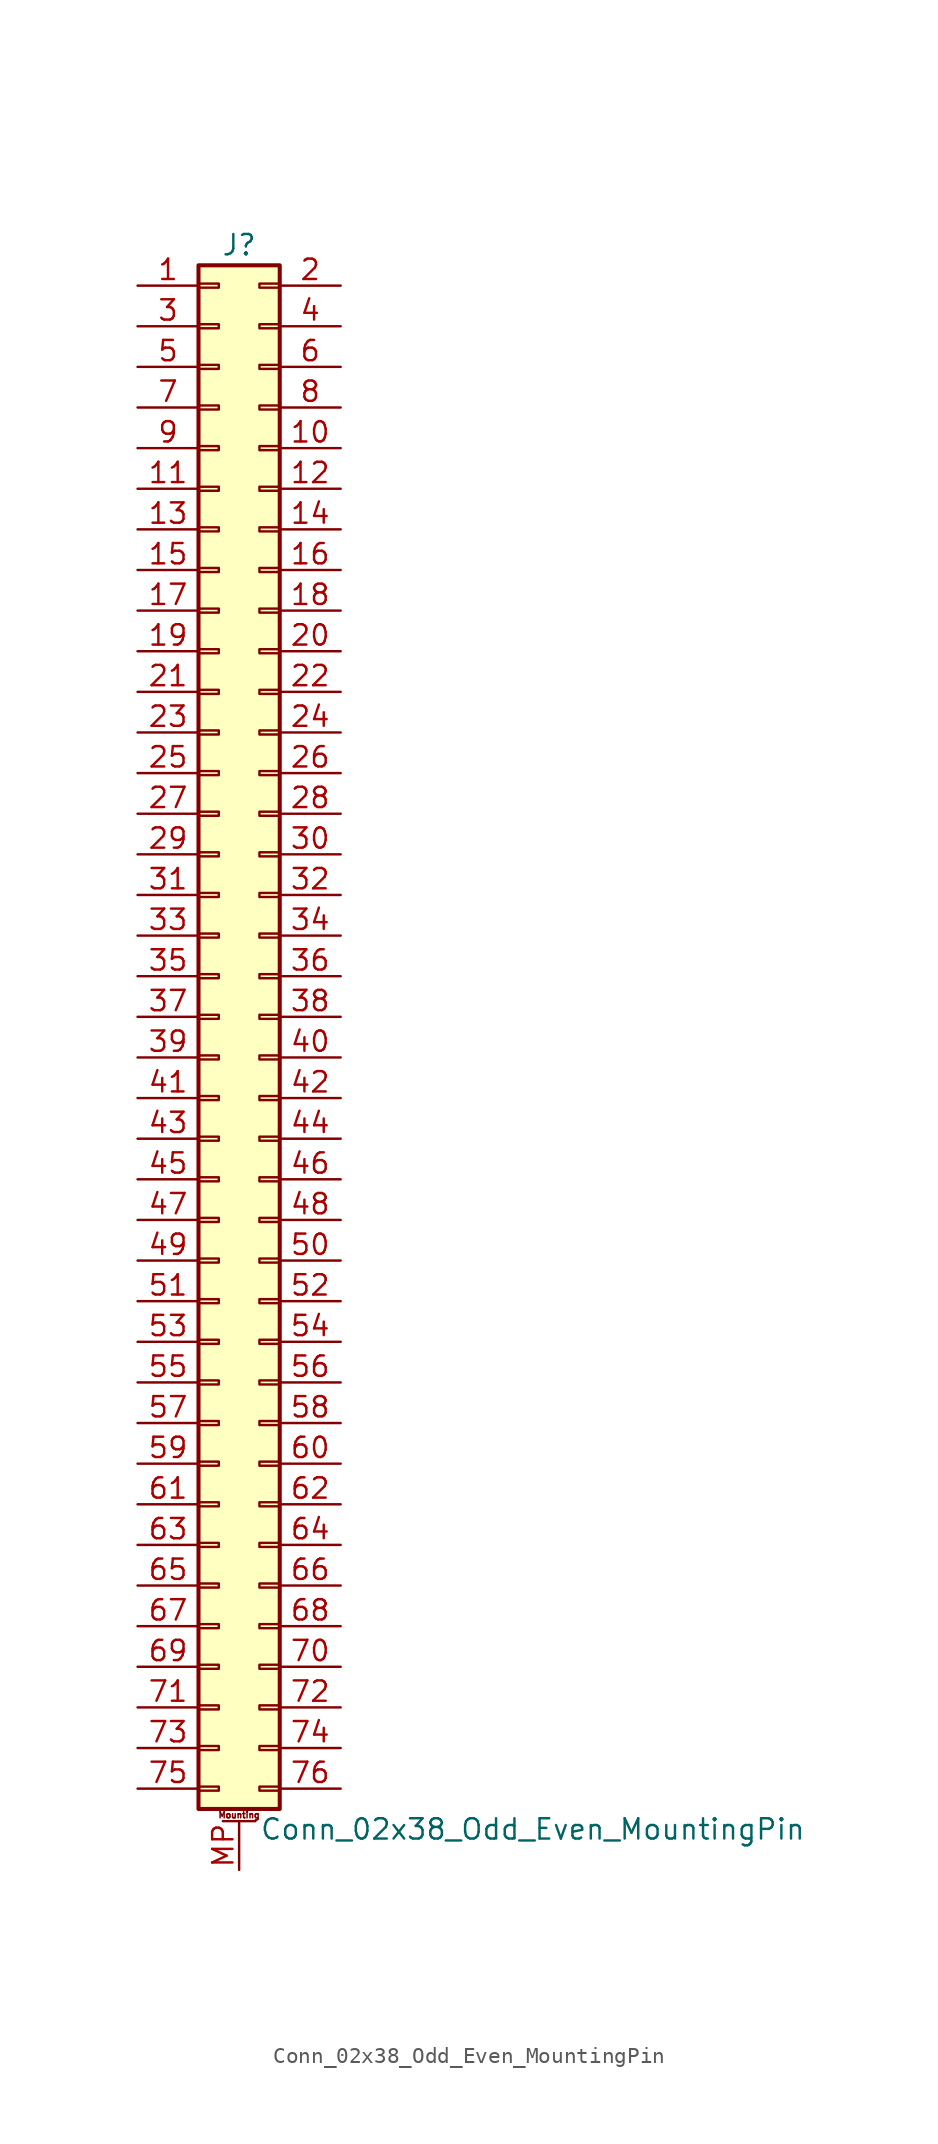
<source format=kicad_sym>
(kicad_symbol_lib
  (version 20220914)
  (generator kicad_symbol_editor)
  (symbol "Conn_02x38_Odd_Even_MountingPin"
    (pin_names
      (offset 1.016) hide)
    (property "Reference" "J"
      (at 1.27 48.26 0)
      (effects (font (size 1.27 1.27))))
    (property "Value" "Conn_02x38_Odd_Even_MountingPin"
      (at 2.54 -50.8 0)
      (effects (font (size 1.27 1.27)) (justify left)))
    (symbol "Conn_02x38_Odd_Even_MountingPin_1_1"
      (rectangle (start -1.27 -48.133) (end 0 -48.387) (stroke (width 0.152) (type default)) (fill (type none)))
      (rectangle (start -1.27 -45.593) (end 0 -45.847) (stroke (width 0.152) (type default)) (fill (type none)))
      (rectangle (start -1.27 -43.053) (end 0 -43.307) (stroke (width 0.152) (type default)) (fill (type none)))
      (rectangle (start -1.27 -40.513) (end 0 -40.767) (stroke (width 0.152) (type default)) (fill (type none)))
      (rectangle (start -1.27 -37.973) (end 0 -38.227) (stroke (width 0.152) (type default)) (fill (type none)))
      (rectangle (start -1.27 -35.433) (end 0 -35.687) (stroke (width 0.152) (type default)) (fill (type none)))
      (rectangle (start -1.27 -32.893) (end 0 -33.147) (stroke (width 0.152) (type default)) (fill (type none)))
      (rectangle (start -1.27 -30.353) (end 0 -30.607) (stroke (width 0.152) (type default)) (fill (type none)))
      (rectangle (start -1.27 -27.813) (end 0 -28.067) (stroke (width 0.152) (type default)) (fill (type none)))
      (rectangle (start -1.27 -25.273) (end 0 -25.527) (stroke (width 0.152) (type default)) (fill (type none)))
      (rectangle (start -1.27 -22.733) (end 0 -22.987) (stroke (width 0.152) (type default)) (fill (type none)))
      (rectangle (start -1.27 -20.193) (end 0 -20.447) (stroke (width 0.152) (type default)) (fill (type none)))
      (rectangle (start -1.27 -17.653) (end 0 -17.907) (stroke (width 0.152) (type default)) (fill (type none)))
      (rectangle (start -1.27 -15.113) (end 0 -15.367) (stroke (width 0.152) (type default)) (fill (type none)))
      (rectangle (start -1.27 -12.573) (end 0 -12.827) (stroke (width 0.152) (type default)) (fill (type none)))
      (rectangle (start -1.27 -10.033) (end 0 -10.287) (stroke (width 0.152) (type default)) (fill (type none)))
      (rectangle (start -1.27 -7.493) (end 0 -7.747) (stroke (width 0.152) (type default)) (fill (type none)))
      (rectangle (start -1.27 -4.953) (end 0 -5.207) (stroke (width 0.152) (type default)) (fill (type none)))
      (rectangle (start -1.27 -2.413) (end 0 -2.667) (stroke (width 0.152) (type default)) (fill (type none)))
      (rectangle (start -1.27 0.127) (end 0 -0.127) (stroke (width 0.152) (type default)) (fill (type none)))
      (rectangle (start -1.27 2.667) (end 0 2.413) (stroke (width 0.152) (type default)) (fill (type none)))
      (rectangle (start -1.27 5.207) (end 0 4.953) (stroke (width 0.152) (type default)) (fill (type none)))
      (rectangle (start -1.27 7.747) (end 0 7.493) (stroke (width 0.152) (type default)) (fill (type none)))
      (rectangle (start -1.27 10.287) (end 0 10.033) (stroke (width 0.152) (type default)) (fill (type none)))
      (rectangle (start -1.27 12.827) (end 0 12.573) (stroke (width 0.152) (type default)) (fill (type none)))
      (rectangle (start -1.27 15.367) (end 0 15.113) (stroke (width 0.152) (type default)) (fill (type none)))
      (rectangle (start -1.27 17.907) (end 0 17.653) (stroke (width 0.152) (type default)) (fill (type none)))
      (rectangle (start -1.27 20.447) (end 0 20.193) (stroke (width 0.152) (type default)) (fill (type none)))
      (rectangle (start -1.27 22.987) (end 0 22.733) (stroke (width 0.152) (type default)) (fill (type none)))
      (rectangle (start -1.27 25.527) (end 0 25.273) (stroke (width 0.152) (type default)) (fill (type none)))
      (rectangle (start -1.27 28.067) (end 0 27.813) (stroke (width 0.152) (type default)) (fill (type none)))
      (rectangle (start -1.27 30.607) (end 0 30.353) (stroke (width 0.152) (type default)) (fill (type none)))
      (rectangle (start -1.27 33.147) (end 0 32.893) (stroke (width 0.152) (type default)) (fill (type none)))
      (rectangle (start -1.27 35.687) (end 0 35.433) (stroke (width 0.152) (type default)) (fill (type none)))
      (rectangle (start -1.27 38.227) (end 0 37.973) (stroke (width 0.152) (type default)) (fill (type none)))
      (rectangle (start -1.27 40.767) (end 0 40.513) (stroke (width 0.152) (type default)) (fill (type none)))
      (rectangle (start -1.27 43.307) (end 0 43.053) (stroke (width 0.152) (type default)) (fill (type none)))
      (rectangle (start -1.27 45.847) (end 0 45.593) (stroke (width 0.152) (type default)) (fill (type none)))
      (rectangle (start -1.27 46.99) (end 3.81 -49.53) (stroke (width 0.254) (type default)) (fill (type background)))
      (polyline (pts (xy 0.254 -50.292) (xy 2.286 -50.292)) (stroke (width 0.152) (type default)) (fill (type none)))
      (rectangle (start 3.81 -48.133) (end 2.54 -48.387) (stroke (width 0.152) (type default)) (fill (type none)))
      (rectangle (start 3.81 -45.593) (end 2.54 -45.847) (stroke (width 0.152) (type default)) (fill (type none)))
      (rectangle (start 3.81 -43.053) (end 2.54 -43.307) (stroke (width 0.152) (type default)) (fill (type none)))
      (rectangle (start 3.81 -40.513) (end 2.54 -40.767) (stroke (width 0.152) (type default)) (fill (type none)))
      (rectangle (start 3.81 -37.973) (end 2.54 -38.227) (stroke (width 0.152) (type default)) (fill (type none)))
      (rectangle (start 3.81 -35.433) (end 2.54 -35.687) (stroke (width 0.152) (type default)) (fill (type none)))
      (rectangle (start 3.81 -32.893) (end 2.54 -33.147) (stroke (width 0.152) (type default)) (fill (type none)))
      (rectangle (start 3.81 -30.353) (end 2.54 -30.607) (stroke (width 0.152) (type default)) (fill (type none)))
      (rectangle (start 3.81 -27.813) (end 2.54 -28.067) (stroke (width 0.152) (type default)) (fill (type none)))
      (rectangle (start 3.81 -25.273) (end 2.54 -25.527) (stroke (width 0.152) (type default)) (fill (type none)))
      (rectangle (start 3.81 -22.733) (end 2.54 -22.987) (stroke (width 0.152) (type default)) (fill (type none)))
      (rectangle (start 3.81 -20.193) (end 2.54 -20.447) (stroke (width 0.152) (type default)) (fill (type none)))
      (rectangle (start 3.81 -17.653) (end 2.54 -17.907) (stroke (width 0.152) (type default)) (fill (type none)))
      (rectangle (start 3.81 -15.113) (end 2.54 -15.367) (stroke (width 0.152) (type default)) (fill (type none)))
      (rectangle (start 3.81 -12.573) (end 2.54 -12.827) (stroke (width 0.152) (type default)) (fill (type none)))
      (rectangle (start 3.81 -10.033) (end 2.54 -10.287) (stroke (width 0.152) (type default)) (fill (type none)))
      (rectangle (start 3.81 -7.493) (end 2.54 -7.747) (stroke (width 0.152) (type default)) (fill (type none)))
      (rectangle (start 3.81 -4.953) (end 2.54 -5.207) (stroke (width 0.152) (type default)) (fill (type none)))
      (rectangle (start 3.81 -2.413) (end 2.54 -2.667) (stroke (width 0.152) (type default)) (fill (type none)))
      (rectangle (start 3.81 0.127) (end 2.54 -0.127) (stroke (width 0.152) (type default)) (fill (type none)))
      (rectangle (start 3.81 2.667) (end 2.54 2.413) (stroke (width 0.152) (type default)) (fill (type none)))
      (rectangle (start 3.81 5.207) (end 2.54 4.953) (stroke (width 0.152) (type default)) (fill (type none)))
      (rectangle (start 3.81 7.747) (end 2.54 7.493) (stroke (width 0.152) (type default)) (fill (type none)))
      (rectangle (start 3.81 10.287) (end 2.54 10.033) (stroke (width 0.152) (type default)) (fill (type none)))
      (rectangle (start 3.81 12.827) (end 2.54 12.573) (stroke (width 0.152) (type default)) (fill (type none)))
      (rectangle (start 3.81 15.367) (end 2.54 15.113) (stroke (width 0.152) (type default)) (fill (type none)))
      (rectangle (start 3.81 17.907) (end 2.54 17.653) (stroke (width 0.152) (type default)) (fill (type none)))
      (rectangle (start 3.81 20.447) (end 2.54 20.193) (stroke (width 0.152) (type default)) (fill (type none)))
      (rectangle (start 3.81 22.987) (end 2.54 22.733) (stroke (width 0.152) (type default)) (fill (type none)))
      (rectangle (start 3.81 25.527) (end 2.54 25.273) (stroke (width 0.152) (type default)) (fill (type none)))
      (rectangle (start 3.81 28.067) (end 2.54 27.813) (stroke (width 0.152) (type default)) (fill (type none)))
      (rectangle (start 3.81 30.607) (end 2.54 30.353) (stroke (width 0.152) (type default)) (fill (type none)))
      (rectangle (start 3.81 33.147) (end 2.54 32.893) (stroke (width 0.152) (type default)) (fill (type none)))
      (rectangle (start 3.81 35.687) (end 2.54 35.433) (stroke (width 0.152) (type default)) (fill (type none)))
      (rectangle (start 3.81 38.227) (end 2.54 37.973) (stroke (width 0.152) (type default)) (fill (type none)))
      (rectangle (start 3.81 40.767) (end 2.54 40.513) (stroke (width 0.152) (type default)) (fill (type none)))
      (rectangle (start 3.81 43.307) (end 2.54 43.053) (stroke (width 0.152) (type default)) (fill (type none)))
      (rectangle (start 3.81 45.847) (end 2.54 45.593) (stroke (width 0.152) (type default)) (fill (type none)))
      (text "Mounting" (at 1.27 -49.911 0) (effects (font (size 0.381 0.381))))
      (pin passive line (at -5.08 45.72 0) (length 3.81) (name "Pin_1" (effects (font (size 1.27 1.27)))) (number "1" (effects (font (size 1.27 1.27)))))
      (pin passive line (at 7.62 35.56 180) (length 3.81) (name "Pin_10" (effects (font (size 1.27 1.27)))) (number "10" (effects (font (size 1.27 1.27)))))
      (pin passive line (at -5.08 33.02 0) (length 3.81) (name "Pin_11" (effects (font (size 1.27 1.27)))) (number "11" (effects (font (size 1.27 1.27)))))
      (pin passive line (at 7.62 33.02 180) (length 3.81) (name "Pin_12" (effects (font (size 1.27 1.27)))) (number "12" (effects (font (size 1.27 1.27)))))
      (pin passive line (at -5.08 30.48 0) (length 3.81) (name "Pin_13" (effects (font (size 1.27 1.27)))) (number "13" (effects (font (size 1.27 1.27)))))
      (pin passive line (at 7.62 30.48 180) (length 3.81) (name "Pin_14" (effects (font (size 1.27 1.27)))) (number "14" (effects (font (size 1.27 1.27)))))
      (pin passive line (at -5.08 27.94 0) (length 3.81) (name "Pin_15" (effects (font (size 1.27 1.27)))) (number "15" (effects (font (size 1.27 1.27)))))
      (pin passive line (at 7.62 27.94 180) (length 3.81) (name "Pin_16" (effects (font (size 1.27 1.27)))) (number "16" (effects (font (size 1.27 1.27)))))
      (pin passive line (at -5.08 25.4 0) (length 3.81) (name "Pin_17" (effects (font (size 1.27 1.27)))) (number "17" (effects (font (size 1.27 1.27)))))
      (pin passive line (at 7.62 25.4 180) (length 3.81) (name "Pin_18" (effects (font (size 1.27 1.27)))) (number "18" (effects (font (size 1.27 1.27)))))
      (pin passive line (at -5.08 22.86 0) (length 3.81) (name "Pin_19" (effects (font (size 1.27 1.27)))) (number "19" (effects (font (size 1.27 1.27)))))
      (pin passive line (at 7.62 45.72 180) (length 3.81) (name "Pin_2" (effects (font (size 1.27 1.27)))) (number "2" (effects (font (size 1.27 1.27)))))
      (pin passive line (at 7.62 22.86 180) (length 3.81) (name "Pin_20" (effects (font (size 1.27 1.27)))) (number "20" (effects (font (size 1.27 1.27)))))
      (pin passive line (at -5.08 20.32 0) (length 3.81) (name "Pin_21" (effects (font (size 1.27 1.27)))) (number "21" (effects (font (size 1.27 1.27)))))
      (pin passive line (at 7.62 20.32 180) (length 3.81) (name "Pin_22" (effects (font (size 1.27 1.27)))) (number "22" (effects (font (size 1.27 1.27)))))
      (pin passive line (at -5.08 17.78 0) (length 3.81) (name "Pin_23" (effects (font (size 1.27 1.27)))) (number "23" (effects (font (size 1.27 1.27)))))
      (pin passive line (at 7.62 17.78 180) (length 3.81) (name "Pin_24" (effects (font (size 1.27 1.27)))) (number "24" (effects (font (size 1.27 1.27)))))
      (pin passive line (at -5.08 15.24 0) (length 3.81) (name "Pin_25" (effects (font (size 1.27 1.27)))) (number "25" (effects (font (size 1.27 1.27)))))
      (pin passive line (at 7.62 15.24 180) (length 3.81) (name "Pin_26" (effects (font (size 1.27 1.27)))) (number "26" (effects (font (size 1.27 1.27)))))
      (pin passive line (at -5.08 12.7 0) (length 3.81) (name "Pin_27" (effects (font (size 1.27 1.27)))) (number "27" (effects (font (size 1.27 1.27)))))
      (pin passive line (at 7.62 12.7 180) (length 3.81) (name "Pin_28" (effects (font (size 1.27 1.27)))) (number "28" (effects (font (size 1.27 1.27)))))
      (pin passive line (at -5.08 10.16 0) (length 3.81) (name "Pin_29" (effects (font (size 1.27 1.27)))) (number "29" (effects (font (size 1.27 1.27)))))
      (pin passive line (at -5.08 43.18 0) (length 3.81) (name "Pin_3" (effects (font (size 1.27 1.27)))) (number "3" (effects (font (size 1.27 1.27)))))
      (pin passive line (at 7.62 10.16 180) (length 3.81) (name "Pin_30" (effects (font (size 1.27 1.27)))) (number "30" (effects (font (size 1.27 1.27)))))
      (pin passive line (at -5.08 7.62 0) (length 3.81) (name "Pin_31" (effects (font (size 1.27 1.27)))) (number "31" (effects (font (size 1.27 1.27)))))
      (pin passive line (at 7.62 7.62 180) (length 3.81) (name "Pin_32" (effects (font (size 1.27 1.27)))) (number "32" (effects (font (size 1.27 1.27)))))
      (pin passive line (at -5.08 5.08 0) (length 3.81) (name "Pin_33" (effects (font (size 1.27 1.27)))) (number "33" (effects (font (size 1.27 1.27)))))
      (pin passive line (at 7.62 5.08 180) (length 3.81) (name "Pin_34" (effects (font (size 1.27 1.27)))) (number "34" (effects (font (size 1.27 1.27)))))
      (pin passive line (at -5.08 2.54 0) (length 3.81) (name "Pin_35" (effects (font (size 1.27 1.27)))) (number "35" (effects (font (size 1.27 1.27)))))
      (pin passive line (at 7.62 2.54 180) (length 3.81) (name "Pin_36" (effects (font (size 1.27 1.27)))) (number "36" (effects (font (size 1.27 1.27)))))
      (pin passive line (at -5.08 0 0) (length 3.81) (name "Pin_37" (effects (font (size 1.27 1.27)))) (number "37" (effects (font (size 1.27 1.27)))))
      (pin passive line (at 7.62 0 180) (length 3.81) (name "Pin_38" (effects (font (size 1.27 1.27)))) (number "38" (effects (font (size 1.27 1.27)))))
      (pin passive line (at -5.08 -2.54 0) (length 3.81) (name "Pin_39" (effects (font (size 1.27 1.27)))) (number "39" (effects (font (size 1.27 1.27)))))
      (pin passive line (at 7.62 43.18 180) (length 3.81) (name "Pin_4" (effects (font (size 1.27 1.27)))) (number "4" (effects (font (size 1.27 1.27)))))
      (pin passive line (at 7.62 -2.54 180) (length 3.81) (name "Pin_40" (effects (font (size 1.27 1.27)))) (number "40" (effects (font (size 1.27 1.27)))))
      (pin passive line (at -5.08 -5.08 0) (length 3.81) (name "Pin_41" (effects (font (size 1.27 1.27)))) (number "41" (effects (font (size 1.27 1.27)))))
      (pin passive line (at 7.62 -5.08 180) (length 3.81) (name "Pin_42" (effects (font (size 1.27 1.27)))) (number "42" (effects (font (size 1.27 1.27)))))
      (pin passive line (at -5.08 -7.62 0) (length 3.81) (name "Pin_43" (effects (font (size 1.27 1.27)))) (number "43" (effects (font (size 1.27 1.27)))))
      (pin passive line (at 7.62 -7.62 180) (length 3.81) (name "Pin_44" (effects (font (size 1.27 1.27)))) (number "44" (effects (font (size 1.27 1.27)))))
      (pin passive line (at -5.08 -10.16 0) (length 3.81) (name "Pin_45" (effects (font (size 1.27 1.27)))) (number "45" (effects (font (size 1.27 1.27)))))
      (pin passive line (at 7.62 -10.16 180) (length 3.81) (name "Pin_46" (effects (font (size 1.27 1.27)))) (number "46" (effects (font (size 1.27 1.27)))))
      (pin passive line (at -5.08 -12.7 0) (length 3.81) (name "Pin_47" (effects (font (size 1.27 1.27)))) (number "47" (effects (font (size 1.27 1.27)))))
      (pin passive line (at 7.62 -12.7 180) (length 3.81) (name "Pin_48" (effects (font (size 1.27 1.27)))) (number "48" (effects (font (size 1.27 1.27)))))
      (pin passive line (at -5.08 -15.24 0) (length 3.81) (name "Pin_49" (effects (font (size 1.27 1.27)))) (number "49" (effects (font (size 1.27 1.27)))))
      (pin passive line (at -5.08 40.64 0) (length 3.81) (name "Pin_5" (effects (font (size 1.27 1.27)))) (number "5" (effects (font (size 1.27 1.27)))))
      (pin passive line (at 7.62 -15.24 180) (length 3.81) (name "Pin_50" (effects (font (size 1.27 1.27)))) (number "50" (effects (font (size 1.27 1.27)))))
      (pin passive line (at -5.08 -17.78 0) (length 3.81) (name "Pin_51" (effects (font (size 1.27 1.27)))) (number "51" (effects (font (size 1.27 1.27)))))
      (pin passive line (at 7.62 -17.78 180) (length 3.81) (name "Pin_52" (effects (font (size 1.27 1.27)))) (number "52" (effects (font (size 1.27 1.27)))))
      (pin passive line (at -5.08 -20.32 0) (length 3.81) (name "Pin_53" (effects (font (size 1.27 1.27)))) (number "53" (effects (font (size 1.27 1.27)))))
      (pin passive line (at 7.62 -20.32 180) (length 3.81) (name "Pin_54" (effects (font (size 1.27 1.27)))) (number "54" (effects (font (size 1.27 1.27)))))
      (pin passive line (at -5.08 -22.86 0) (length 3.81) (name "Pin_55" (effects (font (size 1.27 1.27)))) (number "55" (effects (font (size 1.27 1.27)))))
      (pin passive line (at 7.62 -22.86 180) (length 3.81) (name "Pin_56" (effects (font (size 1.27 1.27)))) (number "56" (effects (font (size 1.27 1.27)))))
      (pin passive line (at -5.08 -25.4 0) (length 3.81) (name "Pin_57" (effects (font (size 1.27 1.27)))) (number "57" (effects (font (size 1.27 1.27)))))
      (pin passive line (at 7.62 -25.4 180) (length 3.81) (name "Pin_58" (effects (font (size 1.27 1.27)))) (number "58" (effects (font (size 1.27 1.27)))))
      (pin passive line (at -5.08 -27.94 0) (length 3.81) (name "Pin_59" (effects (font (size 1.27 1.27)))) (number "59" (effects (font (size 1.27 1.27)))))
      (pin passive line (at 7.62 40.64 180) (length 3.81) (name "Pin_6" (effects (font (size 1.27 1.27)))) (number "6" (effects (font (size 1.27 1.27)))))
      (pin passive line (at 7.62 -27.94 180) (length 3.81) (name "Pin_60" (effects (font (size 1.27 1.27)))) (number "60" (effects (font (size 1.27 1.27)))))
      (pin passive line (at -5.08 -30.48 0) (length 3.81) (name "Pin_61" (effects (font (size 1.27 1.27)))) (number "61" (effects (font (size 1.27 1.27)))))
      (pin passive line (at 7.62 -30.48 180) (length 3.81) (name "Pin_62" (effects (font (size 1.27 1.27)))) (number "62" (effects (font (size 1.27 1.27)))))
      (pin passive line (at -5.08 -33.02 0) (length 3.81) (name "Pin_63" (effects (font (size 1.27 1.27)))) (number "63" (effects (font (size 1.27 1.27)))))
      (pin passive line (at 7.62 -33.02 180) (length 3.81) (name "Pin_64" (effects (font (size 1.27 1.27)))) (number "64" (effects (font (size 1.27 1.27)))))
      (pin passive line (at -5.08 -35.56 0) (length 3.81) (name "Pin_65" (effects (font (size 1.27 1.27)))) (number "65" (effects (font (size 1.27 1.27)))))
      (pin passive line (at 7.62 -35.56 180) (length 3.81) (name "Pin_66" (effects (font (size 1.27 1.27)))) (number "66" (effects (font (size 1.27 1.27)))))
      (pin passive line (at -5.08 -38.1 0) (length 3.81) (name "Pin_67" (effects (font (size 1.27 1.27)))) (number "67" (effects (font (size 1.27 1.27)))))
      (pin passive line (at 7.62 -38.1 180) (length 3.81) (name "Pin_68" (effects (font (size 1.27 1.27)))) (number "68" (effects (font (size 1.27 1.27)))))
      (pin passive line (at -5.08 -40.64 0) (length 3.81) (name "Pin_69" (effects (font (size 1.27 1.27)))) (number "69" (effects (font (size 1.27 1.27)))))
      (pin passive line (at -5.08 38.1 0) (length 3.81) (name "Pin_7" (effects (font (size 1.27 1.27)))) (number "7" (effects (font (size 1.27 1.27)))))
      (pin passive line (at 7.62 -40.64 180) (length 3.81) (name "Pin_70" (effects (font (size 1.27 1.27)))) (number "70" (effects (font (size 1.27 1.27)))))
      (pin passive line (at -5.08 -43.18 0) (length 3.81) (name "Pin_71" (effects (font (size 1.27 1.27)))) (number "71" (effects (font (size 1.27 1.27)))))
      (pin passive line (at 7.62 -43.18 180) (length 3.81) (name "Pin_72" (effects (font (size 1.27 1.27)))) (number "72" (effects (font (size 1.27 1.27)))))
      (pin passive line (at -5.08 -45.72 0) (length 3.81) (name "Pin_73" (effects (font (size 1.27 1.27)))) (number "73" (effects (font (size 1.27 1.27)))))
      (pin passive line (at 7.62 -45.72 180) (length 3.81) (name "Pin_74" (effects (font (size 1.27 1.27)))) (number "74" (effects (font (size 1.27 1.27)))))
      (pin passive line (at -5.08 -48.26 0) (length 3.81) (name "Pin_75" (effects (font (size 1.27 1.27)))) (number "75" (effects (font (size 1.27 1.27)))))
      (pin passive line (at 7.62 -48.26 180) (length 3.81) (name "Pin_76" (effects (font (size 1.27 1.27)))) (number "76" (effects (font (size 1.27 1.27)))))
      (pin passive line (at 7.62 38.1 180) (length 3.81) (name "Pin_8" (effects (font (size 1.27 1.27)))) (number "8" (effects (font (size 1.27 1.27)))))
      (pin passive line (at -5.08 35.56 0) (length 3.81) (name "Pin_9" (effects (font (size 1.27 1.27)))) (number "9" (effects (font (size 1.27 1.27)))))
      (pin passive line (at 1.27 -53.34 90) (length 3.048) (name "MountPin" (effects (font (size 1.27 1.27)))) (number "MP" (effects (font (size 1.27 1.27))))))))
</source>
